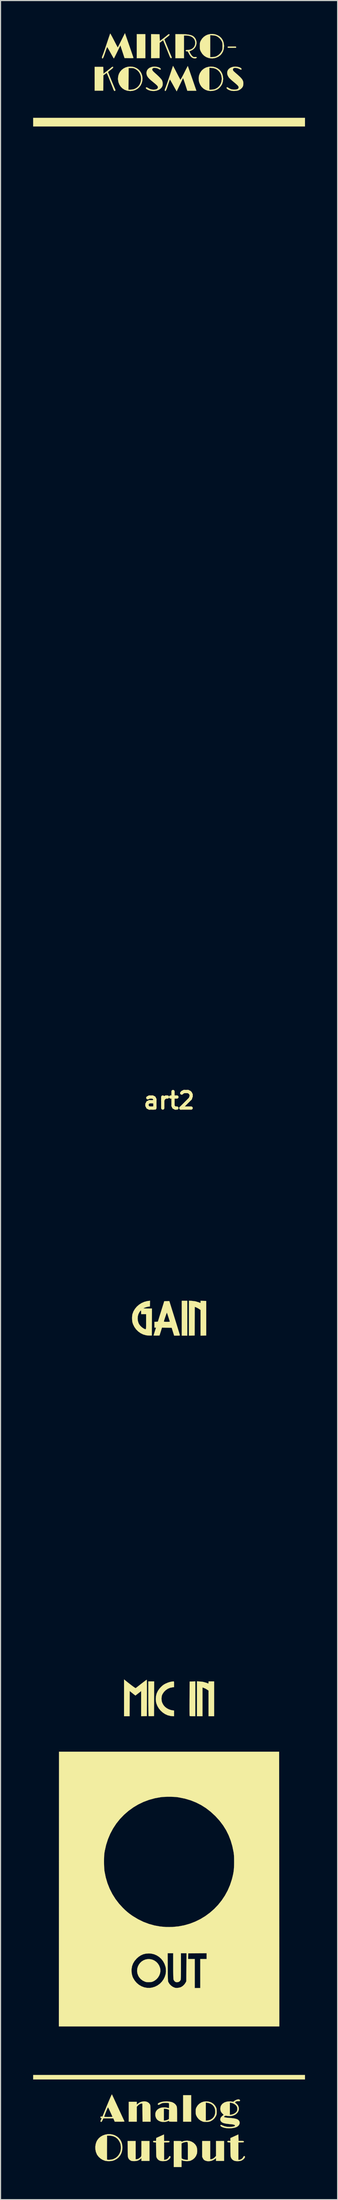
<source format=kicad_pcb>
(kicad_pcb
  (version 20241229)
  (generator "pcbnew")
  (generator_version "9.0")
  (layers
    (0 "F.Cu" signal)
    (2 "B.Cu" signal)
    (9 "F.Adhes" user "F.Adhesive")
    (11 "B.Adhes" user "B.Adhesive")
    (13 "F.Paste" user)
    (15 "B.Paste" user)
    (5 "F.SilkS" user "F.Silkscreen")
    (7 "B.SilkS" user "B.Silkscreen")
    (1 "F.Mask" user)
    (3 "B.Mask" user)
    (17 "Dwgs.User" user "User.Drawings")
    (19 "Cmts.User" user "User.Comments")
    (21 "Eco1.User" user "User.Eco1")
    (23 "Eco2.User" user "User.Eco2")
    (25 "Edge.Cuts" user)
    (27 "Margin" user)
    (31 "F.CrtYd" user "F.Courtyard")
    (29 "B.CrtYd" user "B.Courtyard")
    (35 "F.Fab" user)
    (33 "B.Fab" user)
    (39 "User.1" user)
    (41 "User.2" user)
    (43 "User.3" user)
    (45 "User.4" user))
  (footprint "art2"
    (layer "F.Cu")
    (at 12.514 98.262)
    (property "Reference" "art2" (at 0 0 0) (layer "F.SilkS") (effects (font (size 1.524 1.524) (thickness 0.3))))
    (attr through_hole)
    (fp_poly (pts (xy -2.187 -95.956) (xy -2.975 -95.956) (xy -2.975 -98.168) (xy -2.187 -98.168) (xy -2.187 -95.956)) (stroke (width 0.01) (type solid)) (fill yes) (layer "F.SilkS"))
    (fp_poly (pts (xy 1.678 21.637) (xy 1.17 21.637) (xy 1.17 18.433) (xy 1.678 18.433) (xy 1.678 21.637)) (stroke (width 0.01) (type solid)) (fill yes) (layer "F.SilkS"))
    (fp_poly (pts (xy 2.034 93.998) (xy 1.297 93.998) (xy 1.297 91.557) (xy 2.034 91.557) (xy 2.034 93.998)) (stroke (width 0.01) (type solid)) (fill yes) (layer "F.SilkS"))
    (fp_poly (pts (xy 12.509 -89.675) (xy -12.509 -89.675) (xy -12.509 -90.464) (xy 12.509 -90.464) (xy 12.509 -89.675)) (stroke (width 0.01) (type solid)) (fill yes) (layer "F.SilkS"))
    (fp_poly (pts (xy 12.509 90.108) (xy -12.509 90.108) (xy -12.509 89.701) (xy 12.509 89.701) (xy 12.509 90.108)) (stroke (width 0.01) (type solid)) (fill yes) (layer "F.SilkS"))
    (fp_poly (pts (xy 2.415 56.673) (xy 2.16 56.673) (xy 2.03 56.671) (xy 1.945 56.663) (xy 1.901 56.65) (xy 1.893 56.641) (xy 1.891 56.611) (xy 1.889 56.534) (xy 1.888 56.415) (xy 1.887 56.259) (xy 1.886 56.07) (xy 1.886 55.852) (xy 1.886 55.61) (xy 1.887 55.349) (xy 1.887 55.072) (xy 1.888 55.046) (xy 1.894 53.482) (xy 2.415 53.468) (xy 2.415 56.673)) (stroke (width 0.01) (type solid)) (fill yes) (layer "F.SilkS"))
    (fp_poly (pts (xy -1.379 55.065) (xy -1.386 56.661) (xy -1.628 56.668) (xy -1.735 56.669) (xy -1.822 56.667) (xy -1.877 56.661) (xy -1.889 56.657) (xy -1.892 56.629) (xy -1.895 56.555) (xy -1.898 56.438) (xy -1.9 56.284) (xy -1.903 56.097) (xy -1.904 55.88) (xy -1.906 55.639) (xy -1.907 55.378) (xy -1.907 55.101) (xy -1.907 55.055) (xy -1.907 53.47) (xy -1.373 53.47) (xy -1.379 55.065)) (stroke (width 0.01) (type solid)) (fill yes) (layer "F.SilkS"))
    (fp_poly (pts (xy 2.841 53.477) (xy 3.116 53.51) (xy 3.39 53.583) (xy 3.591 53.66) (xy 3.62 53.665) (xy 3.633 53.641) (xy 3.636 53.577) (xy 3.636 53.574) (xy 3.636 53.47) (xy 4.144 53.47) (xy 4.144 56.673) (xy 3.636 56.673) (xy 3.636 54.317) (xy 3.522 54.236) (xy 3.374 54.145) (xy 3.212 54.07) (xy 3.134 54.043) (xy 3.076 54.026) (xy 3.076 56.673) (xy 2.568 56.673) (xy 2.568 53.462) (xy 2.841 53.477)) (stroke (width 0.01) (type solid)) (fill yes) (layer "F.SilkS"))
    (fp_poly (pts (xy 3.788 97.456) (xy 3.872 97.456) (xy 3.959 97.437) (xy 4.062 97.387) (xy 4.165 97.315) (xy 4.252 97.23) (xy 4.253 97.229) (xy 4.322 97.147) (xy 4.322 95.778) (xy 5.06 95.778) (xy 5.06 97.608) (xy 4.322 97.608) (xy 4.322 97.35) (xy 4.219 97.432) (xy 4.055 97.535) (xy 3.874 97.603) (xy 3.687 97.635) (xy 3.504 97.628) (xy 3.338 97.581) (xy 3.312 97.569) (xy 3.224 97.517) (xy 3.164 97.456) (xy 3.116 97.373) (xy 3.051 97.242) (xy 3.051 95.778) (xy 3.788 95.778) (xy 3.788 97.456)) (stroke (width 0.01) (type solid)) (fill yes) (layer "F.SilkS"))
    (fp_poly (pts (xy 2.104 18.439) (xy 2.415 18.479) (xy 2.722 18.569) (xy 2.854 18.623) (xy 2.882 18.628) (xy 2.895 18.605) (xy 2.898 18.542) (xy 2.898 18.537) (xy 2.898 18.432) (xy 3.159 18.439) (xy 3.42 18.446) (xy 3.42 21.624) (xy 3.159 21.632) (xy 2.898 21.639) (xy 2.898 19.279) (xy 2.816 19.216) (xy 2.733 19.161) (xy 2.628 19.101) (xy 2.52 19.047) (xy 2.431 19.01) (xy 2.422 19.007) (xy 2.365 18.99) (xy 2.358 20.307) (xy 2.352 21.624) (xy 2.091 21.632) (xy 1.831 21.639) (xy 1.831 18.426) (xy 2.104 18.439)) (stroke (width 0.01) (type solid)) (fill yes) (layer "F.SilkS"))
    (fp_poly (pts (xy 5.909 -97.025) (xy 6.017 -97.025) (xy 6.098 -97.025) (xy 6.139 -97.024) (xy 6.14 -97.024) (xy 6.166 -97.005) (xy 6.179 -96.964) (xy 6.173 -96.928) (xy 6.159 -96.919) (xy 6.118 -96.917) (xy 6.041 -96.915) (xy 5.937 -96.914) (xy 5.82 -96.913) (xy 5.699 -96.913) (xy 5.587 -96.913) (xy 5.495 -96.914) (xy 5.434 -96.916) (xy 5.416 -96.917) (xy 5.393 -96.946) (xy 5.394 -96.989) (xy 5.415 -97.021) (xy 5.428 -97.024) (xy 5.467 -97.025) (xy 5.546 -97.025) (xy 5.653 -97.025) (xy 5.777 -97.025) (xy 5.784 -97.025) (xy 5.909 -97.025)) (stroke (width 0.01) (type solid)) (fill yes) (layer "F.SilkS"))
    (fp_poly (pts (xy -2.133 92.141) (xy -1.979 92.196) (xy -1.851 92.287) (xy -1.758 92.409) (xy -1.746 92.437) (xy -1.736 92.477) (xy -1.728 92.534) (xy -1.722 92.613) (xy -1.717 92.722) (xy -1.714 92.864) (xy -1.71 93.047) (xy -1.708 93.241) (xy -1.7 93.998) (xy -2.44 93.998) (xy -2.447 93.165) (xy -2.454 92.332) (xy -2.522 92.325) (xy -2.61 92.336) (xy -2.714 92.383) (xy -2.819 92.46) (xy -2.881 92.521) (xy -2.975 92.625) (xy -2.975 93.998) (xy -3.712 93.998) (xy -3.712 92.167) (xy -2.975 92.167) (xy -2.975 92.426) (xy -2.879 92.352) (xy -2.771 92.273) (xy -2.681 92.219) (xy -2.591 92.182) (xy -2.49 92.152) (xy -2.305 92.126) (xy -2.133 92.141)) (stroke (width 0.01) (type solid)) (fill yes) (layer "F.SilkS"))
    (fp_poly (pts (xy -1.8 79.029) (xy -1.578 79.069) (xy -1.373 79.153) (xy -1.19 79.276) (xy -1.035 79.434) (xy -0.914 79.622) (xy -0.833 79.833) (xy -0.811 79.931) (xy -0.799 80.141) (xy -0.833 80.35) (xy -0.91 80.55) (xy -1.025 80.735) (xy -1.174 80.896) (xy -1.353 81.027) (xy -1.419 81.062) (xy -1.507 81.102) (xy -1.583 81.128) (xy -1.666 81.142) (xy -1.773 81.149) (xy -1.829 81.151) (xy -1.971 81.152) (xy -2.078 81.144) (xy -2.168 81.124) (xy -2.2 81.114) (xy -2.422 81.01) (xy -2.607 80.872) (xy -2.756 80.698) (xy -2.837 80.559) (xy -2.913 80.349) (xy -2.944 80.138) (xy -2.93 79.93) (xy -2.878 79.732) (xy -2.789 79.548) (xy -2.667 79.383) (xy -2.517 79.244) (xy -2.341 79.135) (xy -2.143 79.061) (xy -1.928 79.028) (xy -1.8 79.029)) (stroke (width 0.01) (type solid)) (fill yes) (layer "F.SilkS"))
    (fp_poly (pts (xy -3.076 97.456) (xy -2.979 97.456) (xy -2.883 97.435) (xy -2.775 97.381) (xy -2.668 97.299) (xy -2.601 97.23) (xy -2.584 97.208) (xy -2.571 97.185) (xy -2.561 97.152) (xy -2.554 97.105) (xy -2.549 97.037) (xy -2.546 96.942) (xy -2.545 96.813) (xy -2.544 96.645) (xy -2.543 96.47) (xy -2.543 95.778) (xy -1.805 95.778) (xy -1.805 97.608) (xy -2.543 97.608) (xy -2.543 97.349) (xy -2.637 97.431) (xy -2.765 97.525) (xy -2.904 97.585) (xy -3.069 97.618) (xy -3.178 97.625) (xy -3.288 97.625) (xy -3.388 97.619) (xy -3.459 97.608) (xy -3.471 97.604) (xy -3.608 97.531) (xy -3.707 97.428) (xy -3.747 97.356) (xy -3.763 97.319) (xy -3.775 97.28) (xy -3.785 97.232) (xy -3.792 97.17) (xy -3.798 97.085) (xy -3.802 96.973) (xy -3.805 96.827) (xy -3.808 96.64) (xy -3.809 96.509) (xy -3.817 95.778) (xy -3.076 95.778) (xy -3.076 97.456)) (stroke (width 0.01) (type solid)) (fill yes) (layer "F.SilkS"))
    (fp_poly (pts (xy -4.036 53.373) (xy -3.816 53.55) (xy -3.62 53.705) (xy -3.449 53.835) (xy -3.307 53.941) (xy -3.196 54.019) (xy -3.118 54.068) (xy -3.075 54.087) (xy -3.069 54.086) (xy -3.041 54.064) (xy -2.979 54.015) (xy -2.889 53.945) (xy -2.776 53.857) (xy -2.648 53.756) (xy -2.562 53.689) (xy -2.427 53.585) (xy -2.305 53.492) (xy -2.201 53.414) (xy -2.122 53.357) (xy -2.073 53.323) (xy -2.06 53.317) (xy -2.054 53.34) (xy -2.049 53.41) (xy -2.045 53.526) (xy -2.042 53.69) (xy -2.04 53.903) (xy -2.039 54.164) (xy -2.039 54.475) (xy -2.04 54.836) (xy -2.04 54.989) (xy -2.047 56.661) (xy -2.307 56.668) (xy -2.568 56.675) (xy -2.568 54.355) (xy -2.74 54.489) (xy -2.833 54.562) (xy -2.924 54.633) (xy -2.995 54.69) (xy -3.004 54.697) (xy -3.097 54.771) (xy -3.36 54.563) (xy -3.623 54.355) (xy -3.63 55.514) (xy -3.636 56.673) (xy -4.144 56.673) (xy -4.144 53.286) (xy -4.036 53.373)) (stroke (width 0.01) (type solid)) (fill yes) (layer "F.SilkS"))
    (fp_poly (pts (xy 0.424 53.471) (xy 0.441 53.483) (xy 0.452 53.512) (xy 0.456 53.57) (xy 0.458 53.664) (xy 0.458 53.733) (xy 0.458 53.997) (xy 0.311 54.01) (xy 0.09 54.056) (xy -0.119 54.146) (xy -0.309 54.275) (xy -0.471 54.437) (xy -0.599 54.626) (xy -0.653 54.747) (xy -0.679 54.852) (xy -0.694 54.993) (xy -0.696 55.071) (xy -0.684 55.246) (xy -0.643 55.403) (xy -0.569 55.559) (xy -0.481 55.694) (xy -0.359 55.826) (xy -0.2 55.944) (xy -0.017 56.04) (xy 0.177 56.106) (xy 0.324 56.133) (xy 0.458 56.146) (xy 0.458 56.673) (xy 0.362 56.67) (xy 0.281 56.665) (xy 0.179 56.654) (xy 0.12 56.646) (xy -0.125 56.585) (xy -0.361 56.479) (xy -0.58 56.334) (xy -0.777 56.156) (xy -0.946 55.949) (xy -1.08 55.721) (xy -1.173 55.476) (xy -1.182 55.441) (xy -1.201 55.339) (xy -1.215 55.212) (xy -1.22 55.087) (xy -1.22 55.076) (xy -1.2 54.812) (xy -1.137 54.568) (xy -1.029 54.34) (xy -0.874 54.123) (xy -0.751 53.988) (xy -0.64 53.882) (xy -0.543 53.802) (xy -0.441 53.735) (xy -0.316 53.669) (xy -0.305 53.664) (xy -0.136 53.591) (xy 0.043 53.531) (xy 0.216 53.49) (xy 0.366 53.47) (xy 0.396 53.47) (xy 0.424 53.471)) (stroke (width 0.01) (type solid)) (fill yes) (layer "F.SilkS"))
    (fp_poly (pts (xy 4.067 -95.165) (xy 4.279 -95.11) (xy 4.476 -95.015) (xy 4.649 -94.882) (xy 4.661 -94.87) (xy 4.798 -94.699) (xy 4.897 -94.5) (xy 4.958 -94.283) (xy 4.979 -94.055) (xy 4.958 -93.827) (xy 4.895 -93.606) (xy 4.873 -93.555) (xy 4.792 -93.417) (xy 4.679 -93.279) (xy 4.55 -93.158) (xy 4.428 -93.075) (xy 4.23 -92.993) (xy 4.01 -92.946) (xy 3.784 -92.936) (xy 3.571 -92.965) (xy 3.351 -93.044) (xy 3.339 -93.051) (xy 3.712 -93.051) (xy 3.935 -93.062) (xy 4.069 -93.073) (xy 4.173 -93.093) (xy 4.267 -93.127) (xy 4.303 -93.143) (xy 4.487 -93.258) (xy 4.636 -93.408) (xy 4.749 -93.587) (xy 4.822 -93.791) (xy 4.852 -94.013) (xy 4.85 -94.134) (xy 4.815 -94.352) (xy 4.742 -94.542) (xy 4.627 -94.714) (xy 4.588 -94.758) (xy 4.436 -94.895) (xy 4.27 -94.988) (xy 4.081 -95.043) (xy 3.922 -95.061) (xy 3.712 -95.072) (xy 3.712 -93.051) (xy 3.339 -93.051) (xy 3.158 -93.163) (xy 2.995 -93.319) (xy 2.867 -93.508) (xy 2.778 -93.726) (xy 2.739 -93.898) (xy 2.726 -94.134) (xy 2.761 -94.363) (xy 2.842 -94.577) (xy 2.965 -94.77) (xy 3.043 -94.857) (xy 3.216 -94.997) (xy 3.413 -95.097) (xy 3.625 -95.159) (xy 3.846 -95.181) (xy 4.067 -95.165)) (stroke (width 0.01) (type solid)) (fill yes) (layer "F.SilkS"))
    (fp_poly (pts (xy -5.153 -95.149) (xy -5.15 -95.144) (xy -5.143 -95.113) (xy -5.161 -95.074) (xy -5.208 -95.022) (xy -5.289 -94.952) (xy -5.392 -94.871) (xy -5.483 -94.8) (xy -5.556 -94.741) (xy -5.604 -94.699) (xy -5.619 -94.682) (xy -5.61 -94.655) (xy -5.584 -94.588) (xy -5.543 -94.487) (xy -5.492 -94.359) (xy -5.432 -94.212) (xy -5.366 -94.051) (xy -5.298 -93.884) (xy -5.229 -93.717) (xy -5.162 -93.557) (xy -5.101 -93.41) (xy -5.048 -93.284) (xy -5.006 -93.185) (xy -4.978 -93.12) (xy -4.97 -93.103) (xy -4.943 -93.037) (xy -4.941 -92.995) (xy -4.957 -92.969) (xy -4.997 -92.934) (xy -5.033 -92.943) (xy -5.065 -92.974) (xy -5.104 -93.035) (xy -5.123 -93.082) (xy -5.136 -93.119) (xy -5.166 -93.195) (xy -5.208 -93.303) (xy -5.261 -93.437) (xy -5.322 -93.588) (xy -5.387 -93.751) (xy -5.453 -93.916) (xy -5.518 -94.078) (xy -5.579 -94.229) (xy -5.633 -94.36) (xy -5.677 -94.467) (xy -5.701 -94.525) (xy -5.736 -94.608) (xy -5.893 -94.491) (xy -6.05 -94.375) (xy -6.064 -92.968) (xy -6.852 -92.968) (xy -6.852 -95.155) (xy -6.064 -95.155) (xy -6.039 -94.528) (xy -5.733 -94.761) (xy -5.618 -94.85) (xy -5.509 -94.936) (xy -5.417 -95.011) (xy -5.353 -95.067) (xy -5.338 -95.08) (xy -5.259 -95.143) (xy -5.196 -95.167) (xy -5.153 -95.149)) (stroke (width 0.01) (type solid)) (fill yes) (layer "F.SilkS"))
    (fp_poly (pts (xy -3.348 -95.163) (xy -3.191 -95.124) (xy -2.985 -95.034) (xy -2.808 -94.906) (xy -2.662 -94.744) (xy -2.551 -94.556) (xy -2.478 -94.347) (xy -2.446 -94.122) (xy -2.46 -93.888) (xy -2.461 -93.88) (xy -2.524 -93.647) (xy -2.625 -93.441) (xy -2.762 -93.266) (xy -2.93 -93.125) (xy -3.122 -93.021) (xy -3.336 -92.956) (xy -3.565 -92.933) (xy -3.805 -92.957) (xy -3.891 -92.976) (xy -4.091 -93.052) (xy -3.738 -93.052) (xy -3.515 -93.061) (xy -3.383 -93.071) (xy -3.279 -93.09) (xy -3.182 -93.123) (xy -3.133 -93.144) (xy -2.953 -93.252) (xy -2.808 -93.39) (xy -2.697 -93.553) (xy -2.622 -93.732) (xy -2.582 -93.923) (xy -2.576 -94.119) (xy -2.605 -94.313) (xy -2.669 -94.499) (xy -2.767 -94.67) (xy -2.9 -94.82) (xy -3.067 -94.942) (xy -3.147 -94.984) (xy -3.235 -95.02) (xy -3.319 -95.041) (xy -3.418 -95.05) (xy -3.509 -95.052) (xy -3.725 -95.053) (xy -3.731 -94.052) (xy -3.738 -93.052) (xy -4.091 -93.052) (xy -4.105 -93.057) (xy -4.292 -93.178) (xy -4.448 -93.335) (xy -4.571 -93.522) (xy -4.655 -93.734) (xy -4.698 -93.966) (xy -4.703 -94.075) (xy -4.681 -94.306) (xy -4.615 -94.517) (xy -4.51 -94.705) (xy -4.372 -94.867) (xy -4.205 -94.999) (xy -4.015 -95.098) (xy -3.805 -95.161) (xy -3.581 -95.183) (xy -3.348 -95.163)) (stroke (width 0.01) (type solid)) (fill yes) (layer "F.SilkS"))
    (fp_poly (pts (xy -0.463 95.48) (xy -0.456 95.785) (xy -0.242 95.771) (xy -0.099 95.768) (xy -0.005 95.78) (xy 0.042 95.806) (xy 0.04 95.846) (xy 0.028 95.864) (xy -0.002 95.885) (xy -0.054 95.897) (xy -0.139 95.903) (xy -0.232 95.905) (xy -0.458 95.905) (xy -0.458 97.513) (xy -0.357 97.5) (xy -0.223 97.461) (xy -0.113 97.387) (xy -0.039 97.286) (xy -0.035 97.277) (xy 0.012 97.197) (xy 0.059 97.162) (xy 0.104 97.174) (xy 0.118 97.19) (xy 0.134 97.251) (xy 0.11 97.327) (xy 0.049 97.408) (xy -0.041 97.487) (xy -0.13 97.544) (xy -0.207 97.582) (xy -0.278 97.606) (xy -0.362 97.619) (xy -0.477 97.626) (xy -0.496 97.627) (xy -0.661 97.626) (xy -0.782 97.61) (xy -0.825 97.597) (xy -0.955 97.534) (xy -1.052 97.449) (xy -1.119 97.352) (xy -1.138 97.317) (xy -1.153 97.282) (xy -1.164 97.243) (xy -1.173 97.191) (xy -1.179 97.12) (xy -1.183 97.023) (xy -1.186 96.893) (xy -1.188 96.725) (xy -1.19 96.573) (xy -1.198 95.907) (xy -1.33 95.9) (xy -1.411 95.891) (xy -1.454 95.874) (xy -1.47 95.845) (xy -1.471 95.844) (xy -1.462 95.791) (xy -1.41 95.764) (xy -1.316 95.764) (xy -1.304 95.766) (xy -1.198 95.78) (xy -1.19 95.638) (xy -1.182 95.496) (xy -0.47 95.175) (xy -0.463 95.48)) (stroke (width 0.01) (type solid)) (fill yes) (layer "F.SilkS"))
    (fp_poly (pts (xy 6.394 95.765) (xy 6.611 95.765) (xy 6.737 95.768) (xy 6.821 95.778) (xy 6.869 95.796) (xy 6.889 95.825) (xy 6.89 95.84) (xy 6.88 95.869) (xy 6.845 95.888) (xy 6.778 95.899) (xy 6.672 95.904) (xy 6.596 95.905) (xy 6.382 95.905) (xy 6.382 97.507) (xy 6.452 97.506) (xy 6.552 97.488) (xy 6.654 97.442) (xy 6.74 97.38) (xy 6.783 97.327) (xy 6.826 97.255) (xy 6.869 97.193) (xy 6.87 97.192) (xy 6.904 97.156) (xy 6.93 97.158) (xy 6.956 97.181) (xy 6.984 97.217) (xy 6.983 97.26) (xy 6.967 97.302) (xy 6.91 97.39) (xy 6.82 97.477) (xy 6.711 97.551) (xy 6.616 97.594) (xy 6.51 97.618) (xy 6.377 97.63) (xy 6.237 97.63) (xy 6.11 97.619) (xy 6.023 97.599) (xy 5.878 97.526) (xy 5.77 97.422) (xy 5.717 97.335) (xy 5.698 97.296) (xy 5.684 97.257) (xy 5.673 97.211) (xy 5.666 97.151) (xy 5.66 97.071) (xy 5.656 96.962) (xy 5.652 96.82) (xy 5.65 96.636) (xy 5.649 96.559) (xy 5.64 95.905) (xy 5.543 95.905) (xy 5.443 95.898) (xy 5.385 95.875) (xy 5.365 95.835) (xy 5.365 95.827) (xy 5.387 95.782) (xy 5.448 95.76) (xy 5.542 95.764) (xy 5.554 95.766) (xy 5.644 95.783) (xy 5.644 95.506) (xy 6.38 95.173) (xy 6.394 95.765)) (stroke (width 0.01) (type solid)) (fill yes) (layer "F.SilkS"))
    (fp_poly (pts (xy -1.265 -98.162) (xy -0.877 -98.155) (xy -0.864 -97.844) (xy -0.852 -97.533) (xy -0.547 -97.764) (xy -0.431 -97.853) (xy -0.322 -97.938) (xy -0.23 -98.013) (xy -0.165 -98.068) (xy -0.151 -98.081) (xy -0.072 -98.144) (xy -0.009 -98.167) (xy 0.033 -98.149) (xy 0.037 -98.144) (xy 0.044 -98.114) (xy 0.028 -98.077) (xy -0.017 -98.028) (xy -0.094 -97.962) (xy -0.205 -97.876) (xy -0.296 -97.806) (xy -0.369 -97.746) (xy -0.417 -97.705) (xy -0.432 -97.688) (xy -0.423 -97.66) (xy -0.397 -97.592) (xy -0.357 -97.491) (xy -0.305 -97.363) (xy -0.246 -97.215) (xy -0.18 -97.055) (xy -0.112 -96.888) (xy -0.044 -96.722) (xy 0.022 -96.563) (xy 0.082 -96.418) (xy 0.134 -96.295) (xy 0.175 -96.199) (xy 0.202 -96.138) (xy 0.208 -96.125) (xy 0.241 -96.039) (xy 0.238 -95.982) (xy 0.2 -95.959) (xy 0.173 -95.96) (xy 0.126 -95.987) (xy 0.084 -96.056) (xy 0.073 -96.083) (xy 0.043 -96.157) (xy 0.000328 -96.263) (xy -0.053 -96.394) (xy -0.113 -96.544) (xy -0.178 -96.705) (xy -0.246 -96.871) (xy -0.312 -97.034) (xy -0.376 -97.19) (xy -0.433 -97.329) (xy -0.481 -97.447) (xy -0.518 -97.536) (xy -0.54 -97.589) (xy -0.545 -97.602) (xy -0.566 -97.591) (xy -0.618 -97.556) (xy -0.69 -97.504) (xy -0.707 -97.491) (xy -0.864 -97.375) (xy -0.87 -96.672) (xy -0.877 -95.968) (xy -1.265 -95.961) (xy -1.653 -95.954) (xy -1.653 -98.169) (xy -1.265 -98.162)) (stroke (width 0.01) (type solid)) (fill yes) (layer "F.SilkS"))
    (fp_poly (pts (xy 3.572 92.136) (xy 3.781 92.187) (xy 3.922 92.249) (xy 4.095 92.368) (xy 4.233 92.523) (xy 4.319 92.673) (xy 4.351 92.748) (xy 4.371 92.817) (xy 4.381 92.897) (xy 4.385 93.004) (xy 4.386 93.07) (xy 4.385 93.192) (xy 4.379 93.279) (xy 4.365 93.348) (xy 4.339 93.416) (xy 4.303 93.493) (xy 4.185 93.678) (xy 4.029 93.83) (xy 3.844 93.942) (xy 3.759 93.976) (xy 3.674 93.998) (xy 3.573 94.01) (xy 3.458 94.016) (xy 3.296 94.015) (xy 3.168 94.002) (xy 3.109 93.988) (xy 2.922 93.903) (xy 3.382 93.903) (xy 3.53 93.89) (xy 3.642 93.87) (xy 3.762 93.833) (xy 3.82 93.809) (xy 3.981 93.706) (xy 4.108 93.568) (xy 4.197 93.402) (xy 4.245 93.212) (xy 4.252 93.099) (xy 4.243 92.925) (xy 4.212 92.782) (xy 4.155 92.653) (xy 4.119 92.595) (xy 3.997 92.454) (xy 3.84 92.349) (xy 3.647 92.279) (xy 3.512 92.254) (xy 3.382 92.237) (xy 3.382 93.903) (xy 2.922 93.903) (xy 2.906 93.896) (xy 2.732 93.763) (xy 2.592 93.594) (xy 2.521 93.467) (xy 2.489 93.392) (xy 2.469 93.322) (xy 2.458 93.241) (xy 2.454 93.133) (xy 2.454 93.07) (xy 2.455 92.947) (xy 2.461 92.859) (xy 2.475 92.79) (xy 2.5 92.723) (xy 2.528 92.664) (xy 2.642 92.487) (xy 2.789 92.343) (xy 2.963 92.233) (xy 3.156 92.161) (xy 3.361 92.128) (xy 3.572 92.136)) (stroke (width 0.01) (type solid)) (fill yes) (layer "F.SilkS"))
    (fp_poly (pts (xy 1.023 -98.167) (xy 1.322 -98.163) (xy 1.574 -98.15) (xy 1.786 -98.126) (xy 1.962 -98.09) (xy 2.107 -98.041) (xy 2.224 -97.977) (xy 2.32 -97.895) (xy 2.399 -97.796) (xy 2.458 -97.691) (xy 2.516 -97.517) (xy 2.529 -97.339) (xy 2.498 -97.164) (xy 2.428 -97.001) (xy 2.321 -96.856) (xy 2.18 -96.736) (xy 2.01 -96.65) (xy 2.004 -96.648) (xy 1.935 -96.619) (xy 1.89 -96.59) (xy 1.881 -96.577) (xy 1.896 -96.521) (xy 1.934 -96.439) (xy 1.988 -96.345) (xy 2.05 -96.253) (xy 2.11 -96.176) (xy 2.14 -96.145) (xy 2.204 -96.091) (xy 2.255 -96.065) (xy 2.316 -96.059) (xy 2.381 -96.063) (xy 2.479 -96.064) (xy 2.538 -96.049) (xy 2.555 -96.02) (xy 2.527 -95.982) (xy 2.513 -95.971) (xy 2.42 -95.936) (xy 2.299 -95.941) (xy 2.202 -95.967) (xy 2.086 -96.03) (xy 1.98 -96.131) (xy 1.881 -96.277) (xy 1.826 -96.383) (xy 1.766 -96.497) (xy 1.72 -96.565) (xy 1.686 -96.589) (xy 1.682 -96.589) (xy 1.594 -96.589) (xy 1.546 -96.612) (xy 1.534 -96.632) (xy 1.533 -96.673) (xy 1.572 -96.7) (xy 1.653 -96.714) (xy 1.756 -96.718) (xy 1.939 -96.741) (xy 2.099 -96.807) (xy 2.231 -96.909) (xy 2.33 -97.042) (xy 2.392 -97.202) (xy 2.411 -97.381) (xy 2.408 -97.434) (xy 2.37 -97.605) (xy 2.288 -97.751) (xy 2.168 -97.87) (xy 2.012 -97.96) (xy 1.823 -98.017) (xy 1.605 -98.04) (xy 1.572 -98.04) (xy 1.373 -98.04) (xy 1.373 -95.956) (xy 0.585 -95.956) (xy 0.585 -98.168) (xy 1.023 -98.167)) (stroke (width 0.01) (type solid)) (fill yes) (layer "F.SilkS"))
    (fp_poly (pts (xy -5.193 95.183) (xy -4.977 95.258) (xy -4.78 95.372) (xy -4.643 95.488) (xy -4.495 95.665) (xy -4.389 95.86) (xy -4.324 96.079) (xy -4.298 96.327) (xy -4.297 96.389) (xy -4.32 96.646) (xy -4.386 96.882) (xy -4.493 97.093) (xy -4.639 97.275) (xy -4.819 97.425) (xy -5.032 97.538) (xy -5.201 97.595) (xy -5.348 97.62) (xy -5.52 97.63) (xy -5.694 97.625) (xy -5.849 97.604) (xy -5.892 97.594) (xy -6.106 97.513) (xy -6.304 97.391) (xy -6.477 97.237) (xy -6.613 97.059) (xy -6.642 97.009) (xy -6.724 96.808) (xy -5.716 96.808) (xy -5.716 97.003) (xy -5.715 97.171) (xy -5.714 97.308) (xy -5.712 97.408) (xy -5.709 97.466) (xy -5.708 97.478) (xy -5.676 97.496) (xy -5.606 97.505) (xy -5.509 97.504) (xy -5.398 97.495) (xy -5.284 97.479) (xy -5.179 97.456) (xy -5.111 97.434) (xy -4.908 97.329) (xy -4.736 97.184) (xy -4.596 97) (xy -4.498 96.801) (xy -4.458 96.655) (xy -4.438 96.482) (xy -4.438 96.3) (xy -4.456 96.127) (xy -4.494 95.982) (xy -4.497 95.975) (xy -4.607 95.755) (xy -4.747 95.576) (xy -4.915 95.439) (xy -5.111 95.345) (xy -5.332 95.293) (xy -5.479 95.284) (xy -5.708 95.282) (xy -5.715 96.362) (xy -5.716 96.593) (xy -5.716 96.808) (xy -6.724 96.808) (xy -6.731 96.792) (xy -6.78 96.559) (xy -6.79 96.318) (xy -6.76 96.082) (xy -6.691 95.859) (xy -6.606 95.695) (xy -6.463 95.516) (xy -6.289 95.371) (xy -6.09 95.261) (xy -5.874 95.186) (xy -5.648 95.148) (xy -5.419 95.147) (xy -5.193 95.183)) (stroke (width 0.01) (type solid)) (fill yes) (layer "F.SilkS"))
    (fp_poly (pts (xy 0.124 18.782) (xy 0.268 19.243) (xy 0.398 19.657) (xy 0.513 20.026) (xy 0.614 20.351) (xy 0.702 20.635) (xy 0.777 20.879) (xy 0.84 21.084) (xy 0.892 21.252) (xy 0.932 21.385) (xy 0.961 21.484) (xy 0.981 21.552) (xy 0.99 21.59) (xy 0.992 21.598) (xy 0.984 21.616) (xy 0.954 21.628) (xy 0.895 21.634) (xy 0.797 21.637) (xy 0.73 21.637) (xy 0.468 21.637) (xy 0.241 20.912) (xy -0.206 20.905) (xy -0.652 20.899) (xy -0.881 21.624) (xy -1.153 21.632) (xy -1.263 21.633) (xy -1.352 21.63) (xy -1.408 21.625) (xy -1.423 21.619) (xy -1.416 21.589) (xy -1.396 21.519) (xy -1.365 21.42) (xy -1.327 21.3) (xy -1.311 21.249) (xy -1.2 20.9) (xy -1.348 20.9) (xy -1.348 20.368) (xy -1.03 20.353) (xy -1.029 20.35) (xy -0.483 20.35) (xy -0.459 20.356) (xy -0.395 20.361) (xy -0.3 20.365) (xy -0.201 20.366) (xy -0.076 20.365) (xy 0.005 20.361) (xy 0.051 20.354) (xy 0.069 20.342) (xy 0.068 20.329) (xy 0.056 20.293) (xy 0.031 20.218) (xy -0.002 20.113) (xy -0.042 19.988) (xy -0.065 19.916) (xy -0.107 19.785) (xy -0.144 19.671) (xy -0.175 19.584) (xy -0.195 19.531) (xy -0.201 19.52) (xy -0.213 19.538) (xy -0.236 19.595) (xy -0.269 19.683) (xy -0.307 19.79) (xy -0.348 19.91) (xy -0.389 20.031) (xy -0.426 20.145) (xy -0.456 20.242) (xy -0.476 20.314) (xy -0.483 20.35) (xy -1.029 20.35) (xy -0.737 19.412) (xy -0.444 18.472) (xy -0.21 18.464) (xy 0.023 18.457) (xy 0.124 18.782)) (stroke (width 0.01) (type solid)) (fill yes) (layer "F.SilkS"))
    (fp_poly (pts (xy -1.76 18.691) (xy -1.767 18.955) (xy -1.908 18.972) (xy -2.001 18.989) (xy -2.104 19.016) (xy -2.204 19.048) (xy -2.288 19.081) (xy -2.342 19.111) (xy -2.353 19.122) (xy -2.334 19.131) (xy -2.27 19.138) (xy -2.166 19.143) (xy -2.027 19.145) (xy -1.972 19.145) (xy -1.576 19.145) (xy -1.582 20.385) (xy -1.589 21.624) (xy -1.767 21.629) (xy -1.891 21.626) (xy -2.03 21.614) (xy -2.127 21.6) (xy -2.381 21.528) (xy -2.62 21.411) (xy -2.838 21.256) (xy -3.029 21.066) (xy -3.188 20.847) (xy -3.309 20.606) (xy -3.369 20.424) (xy -3.392 20.296) (xy -3.403 20.139) (xy -3.404 20.069) (xy -2.894 20.069) (xy -2.872 20.282) (xy -2.809 20.484) (xy -2.758 20.585) (xy -2.667 20.711) (xy -2.547 20.833) (xy -2.417 20.936) (xy -2.329 20.988) (xy -2.265 21.019) (xy -2.216 21.042) (xy -2.178 21.051) (xy -2.15 21.042) (xy -2.131 21.01) (xy -2.119 20.951) (xy -2.113 20.859) (xy -2.11 20.731) (xy -2.11 20.561) (xy -2.11 20.353) (xy -2.11 19.654) (xy -2.568 19.654) (xy -2.568 19.473) (xy -2.57 19.378) (xy -2.581 19.327) (xy -2.603 19.32) (xy -2.642 19.356) (xy -2.701 19.435) (xy -2.727 19.472) (xy -2.821 19.653) (xy -2.878 19.855) (xy -2.894 20.069) (xy -3.404 20.069) (xy -3.405 19.97) (xy -3.395 19.81) (xy -3.375 19.677) (xy -3.369 19.655) (xy -3.278 19.407) (xy -3.143 19.178) (xy -2.97 18.97) (xy -2.765 18.79) (xy -2.534 18.642) (xy -2.282 18.53) (xy -2.015 18.459) (xy -1.912 18.445) (xy -1.752 18.427) (xy -1.76 18.691)) (stroke (width 0.01) (type solid)) (fill yes) (layer "F.SilkS"))
    (fp_poly (pts (xy 4.259 -98.144) (xy 4.459 -98.071) (xy 4.658 -97.953) (xy 4.817 -97.802) (xy 4.938 -97.619) (xy 5.017 -97.408) (xy 5.056 -97.167) (xy 5.06 -97.058) (xy 5.037 -96.813) (xy 4.971 -96.591) (xy 4.864 -96.395) (xy 4.72 -96.229) (xy 4.54 -96.096) (xy 4.327 -96) (xy 4.218 -95.969) (xy 4.007 -95.936) (xy 3.804 -95.943) (xy 3.636 -95.976) (xy 3.437 -96.051) (xy 3.788 -96.051) (xy 4.013 -96.062) (xy 4.142 -96.071) (xy 4.24 -96.089) (xy 4.328 -96.119) (xy 4.388 -96.146) (xy 4.566 -96.26) (xy 4.72 -96.412) (xy 4.838 -96.59) (xy 4.845 -96.604) (xy 4.877 -96.673) (xy 4.898 -96.732) (xy 4.911 -96.796) (xy 4.918 -96.877) (xy 4.92 -96.989) (xy 4.92 -97.062) (xy 4.919 -97.196) (xy 4.915 -97.292) (xy 4.905 -97.365) (xy 4.888 -97.427) (xy 4.862 -97.491) (xy 4.851 -97.513) (xy 4.757 -97.666) (xy 4.629 -97.808) (xy 4.481 -97.926) (xy 4.379 -97.983) (xy 4.277 -98.023) (xy 4.17 -98.047) (xy 4.036 -98.06) (xy 4.011 -98.061) (xy 3.788 -98.072) (xy 3.788 -96.051) (xy 3.437 -96.051) (xy 3.417 -96.059) (xy 3.225 -96.184) (xy 3.063 -96.349) (xy 2.933 -96.551) (xy 2.916 -96.586) (xy 2.882 -96.66) (xy 2.859 -96.721) (xy 2.845 -96.784) (xy 2.838 -96.86) (xy 2.835 -96.964) (xy 2.835 -97.075) (xy 2.836 -97.209) (xy 2.839 -97.305) (xy 2.847 -97.376) (xy 2.862 -97.436) (xy 2.887 -97.497) (xy 2.92 -97.565) (xy 3.042 -97.759) (xy 3.198 -97.919) (xy 3.381 -98.044) (xy 3.585 -98.131) (xy 3.803 -98.178) (xy 4.03 -98.183) (xy 4.259 -98.144)) (stroke (width 0.01) (type solid)) (fill yes) (layer "F.SilkS"))
    (fp_poly (pts (xy 1.898 95.774) (xy 2.091 95.846) (xy 2.264 95.954) (xy 2.407 96.094) (xy 2.515 96.262) (xy 2.523 96.281) (xy 2.565 96.416) (xy 2.587 96.579) (xy 2.589 96.75) (xy 2.569 96.911) (xy 2.557 96.962) (xy 2.475 97.159) (xy 2.353 97.331) (xy 2.194 97.47) (xy 2.006 97.572) (xy 1.937 97.597) (xy 1.825 97.62) (xy 1.684 97.629) (xy 1.533 97.626) (xy 1.39 97.611) (xy 1.272 97.584) (xy 1.239 97.572) (xy 1.144 97.531) (xy 1.144 98.168) (xy 0.432 98.168) (xy 0.432 96.006) (xy 1.144 96.006) (xy 1.144 96.692) (xy 1.144 96.896) (xy 1.145 97.055) (xy 1.146 97.176) (xy 1.149 97.263) (xy 1.154 97.323) (xy 1.161 97.361) (xy 1.171 97.385) (xy 1.185 97.398) (xy 1.201 97.408) (xy 1.35 97.467) (xy 1.519 97.5) (xy 1.595 97.505) (xy 1.729 97.507) (xy 1.729 96.695) (xy 1.729 96.47) (xy 1.728 96.291) (xy 1.727 96.153) (xy 1.725 96.049) (xy 1.721 95.975) (xy 1.716 95.926) (xy 1.708 95.895) (xy 1.698 95.878) (xy 1.686 95.869) (xy 1.676 95.866) (xy 1.612 95.861) (xy 1.518 95.87) (xy 1.411 95.891) (xy 1.31 95.92) (xy 1.232 95.953) (xy 1.223 95.958) (xy 1.144 96.006) (xy 0.432 96.006) (xy 0.432 95.778) (xy 0.788 95.778) (xy 0.932 95.778) (xy 1.032 95.781) (xy 1.096 95.787) (xy 1.13 95.796) (xy 1.143 95.81) (xy 1.144 95.816) (xy 1.149 95.846) (xy 1.171 95.85) (xy 1.222 95.828) (xy 1.244 95.817) (xy 1.308 95.793) (xy 1.399 95.769) (xy 1.477 95.754) (xy 1.69 95.742) (xy 1.898 95.774)) (stroke (width 0.01) (type solid)) (fill yes) (layer "F.SilkS"))
    (fp_poly (pts (xy -1.224 -95.173) (xy -1.088 -95.15) (xy -0.965 -95.115) (xy -0.863 -95.07) (xy -0.794 -95.018) (xy -0.767 -94.968) (xy -0.775 -94.916) (xy -0.813 -94.9) (xy -0.879 -94.92) (xy -0.928 -94.949) (xy -1.07 -95.023) (xy -1.23 -95.06) (xy -1.339 -95.066) (xy -1.424 -95.061) (xy -1.477 -95.044) (xy -1.517 -95.007) (xy -1.522 -95.001) (xy -1.553 -94.94) (xy -1.55 -94.876) (xy -1.511 -94.801) (xy -1.431 -94.711) (xy -1.339 -94.626) (xy -1.132 -94.441) (xy -0.958 -94.276) (xy -0.819 -94.133) (xy -0.716 -94.014) (xy -0.654 -93.922) (xy -0.648 -93.912) (xy -0.604 -93.781) (xy -0.584 -93.633) (xy -0.591 -93.487) (xy -0.62 -93.377) (xy -0.706 -93.235) (xy -0.83 -93.118) (xy -0.986 -93.027) (xy -1.167 -92.966) (xy -1.364 -92.936) (xy -1.571 -92.94) (xy -1.758 -92.975) (xy -1.886 -93.018) (xy -1.996 -93.071) (xy -2.08 -93.127) (xy -2.128 -93.182) (xy -2.136 -93.211) (xy -2.12 -93.262) (xy -2.074 -93.275) (xy -2.003 -93.25) (xy -1.95 -93.216) (xy -1.777 -93.12) (xy -1.582 -93.068) (xy -1.42 -93.057) (xy -1.26 -93.069) (xy -1.142 -93.106) (xy -1.066 -93.169) (xy -1.042 -93.21) (xy -1.027 -93.259) (xy -1.025 -93.305) (xy -1.042 -93.355) (xy -1.08 -93.412) (xy -1.145 -93.481) (xy -1.238 -93.566) (xy -1.365 -93.673) (xy -1.515 -93.796) (xy -1.689 -93.941) (xy -1.824 -94.065) (xy -1.924 -94.176) (xy -1.996 -94.279) (xy -2.043 -94.38) (xy -2.07 -94.486) (xy -2.077 -94.53) (xy -2.073 -94.693) (xy -2.024 -94.839) (xy -1.932 -94.965) (xy -1.801 -95.065) (xy -1.634 -95.138) (xy -1.492 -95.171) (xy -1.362 -95.181) (xy -1.224 -95.173)) (stroke (width 0.01) (type solid)) (fill yes) (layer "F.SilkS"))
    (fp_poly (pts (xy 6.2 -95.176) (xy 6.332 -95.156) (xy 6.452 -95.123) (xy 6.554 -95.081) (xy 6.628 -95.031) (xy 6.668 -94.977) (xy 6.666 -94.922) (xy 6.661 -94.912) (xy 6.641 -94.896) (xy 6.607 -94.9) (xy 6.547 -94.926) (xy 6.481 -94.961) (xy 6.358 -95.016) (xy 6.229 -95.052) (xy 6.106 -95.067) (xy 6.002 -95.061) (xy 5.929 -95.032) (xy 5.924 -95.027) (xy 5.882 -94.958) (xy 5.878 -94.873) (xy 5.909 -94.797) (xy 5.94 -94.763) (xy 6.003 -94.704) (xy 6.089 -94.625) (xy 6.19 -94.536) (xy 6.246 -94.487) (xy 6.424 -94.33) (xy 6.564 -94.197) (xy 6.67 -94.08) (xy 6.747 -93.974) (xy 6.797 -93.874) (xy 6.827 -93.773) (xy 6.838 -93.666) (xy 6.839 -93.624) (xy 6.826 -93.467) (xy 6.792 -93.348) (xy 6.723 -93.242) (xy 6.62 -93.138) (xy 6.498 -93.05) (xy 6.392 -92.997) (xy 6.273 -92.966) (xy 6.124 -92.947) (xy 5.965 -92.939) (xy 5.816 -92.946) (xy 5.708 -92.964) (xy 5.571 -93.007) (xy 5.455 -93.06) (xy 5.366 -93.118) (xy 5.309 -93.176) (xy 5.292 -93.23) (xy 5.31 -93.267) (xy 5.343 -93.283) (xy 5.391 -93.266) (xy 5.41 -93.255) (xy 5.537 -93.178) (xy 5.638 -93.126) (xy 5.726 -93.093) (xy 5.817 -93.075) (xy 5.925 -93.065) (xy 5.962 -93.064) (xy 6.129 -93.066) (xy 6.252 -93.088) (xy 6.337 -93.133) (xy 6.387 -93.201) (xy 6.392 -93.214) (xy 6.404 -93.266) (xy 6.398 -93.318) (xy 6.372 -93.374) (xy 6.32 -93.441) (xy 6.24 -93.521) (xy 6.127 -93.621) (xy 5.977 -93.746) (xy 5.961 -93.76) (xy 5.784 -93.907) (xy 5.644 -94.034) (xy 5.541 -94.137) (xy 5.483 -94.208) (xy 5.392 -94.378) (xy 5.35 -94.543) (xy 5.355 -94.699) (xy 5.404 -94.84) (xy 5.496 -94.963) (xy 5.629 -95.064) (xy 5.8 -95.137) (xy 5.931 -95.168) (xy 6.064 -95.181) (xy 6.2 -95.176)) (stroke (width 0.01) (type solid)) (fill yes) (layer "F.SilkS"))
    (fp_poly (pts (xy -4.017 -98.129) (xy -3.88 -97.736) (xy -3.76 -97.389) (xy -3.655 -97.086) (xy -3.565 -96.824) (xy -3.488 -96.602) (xy -3.425 -96.418) (xy -3.374 -96.268) (xy -3.335 -96.153) (xy -3.307 -96.068) (xy -3.289 -96.012) (xy -3.281 -95.984) (xy -3.28 -95.979) (xy -3.305 -95.97) (xy -3.376 -95.963) (xy -3.491 -95.96) (xy -3.645 -95.961) (xy -3.689 -95.961) (xy -4.099 -95.968) (xy -4.291 -96.553) (xy -4.483 -97.138) (xy -4.776 -96.534) (xy -4.855 -96.373) (xy -4.927 -96.228) (xy -4.988 -96.106) (xy -5.037 -96.011) (xy -5.07 -95.951) (xy -5.084 -95.931) (xy -5.099 -95.952) (xy -5.136 -96.012) (xy -5.19 -96.104) (xy -5.257 -96.222) (xy -5.335 -96.36) (xy -5.386 -96.452) (xy -5.468 -96.6) (xy -5.543 -96.732) (xy -5.607 -96.843) (xy -5.656 -96.926) (xy -5.686 -96.974) (xy -5.694 -96.984) (xy -5.707 -96.965) (xy -5.733 -96.904) (xy -5.77 -96.809) (xy -5.813 -96.687) (xy -5.862 -96.545) (xy -5.871 -96.517) (xy -5.937 -96.322) (xy -5.99 -96.171) (xy -6.034 -96.061) (xy -6.069 -95.987) (xy -6.1 -95.945) (xy -6.126 -95.93) (xy -6.152 -95.938) (xy -6.161 -95.947) (xy -6.178 -95.997) (xy -6.167 -96.078) (xy -6.131 -96.179) (xy -6.118 -96.204) (xy -6.097 -96.255) (xy -6.062 -96.348) (xy -6.015 -96.477) (xy -5.959 -96.637) (xy -5.896 -96.82) (xy -5.828 -97.021) (xy -5.757 -97.233) (xy -5.747 -97.265) (xy -5.677 -97.474) (xy -5.612 -97.667) (xy -5.554 -97.84) (xy -5.504 -97.987) (xy -5.463 -98.104) (xy -5.435 -98.183) (xy -5.42 -98.221) (xy -5.419 -98.223) (xy -5.403 -98.207) (xy -5.368 -98.151) (xy -5.317 -98.061) (xy -5.253 -97.943) (xy -5.179 -97.803) (xy -5.113 -97.677) (xy -5.031 -97.516) (xy -4.953 -97.366) (xy -4.884 -97.235) (xy -4.828 -97.128) (xy -4.788 -97.054) (xy -4.772 -97.026) (xy -4.72 -96.94) (xy -4.391 -97.598) (xy -4.061 -98.257) (xy -4.017 -98.129)) (stroke (width 0.01) (type solid)) (fill yes) (layer "F.SilkS"))
    (fp_poly (pts (xy 0.405 -95.176) (xy 0.428 -95.134) (xy 0.471 -95.053) (xy 0.53 -94.942) (xy 0.6 -94.807) (xy 0.678 -94.655) (xy 0.735 -94.544) (xy 0.815 -94.389) (xy 0.888 -94.249) (xy 0.951 -94.13) (xy 1 -94.038) (xy 1.032 -93.981) (xy 1.042 -93.964) (xy 1.058 -93.98) (xy 1.094 -94.036) (xy 1.146 -94.127) (xy 1.211 -94.248) (xy 1.287 -94.392) (xy 1.37 -94.554) (xy 1.389 -94.591) (xy 1.473 -94.757) (xy 1.549 -94.907) (xy 1.615 -95.035) (xy 1.668 -95.136) (xy 1.704 -95.204) (xy 1.721 -95.233) (xy 1.722 -95.233) (xy 1.726 -95.226) (xy 1.734 -95.206) (xy 1.747 -95.169) (xy 1.767 -95.113) (xy 1.795 -95.035) (xy 1.831 -94.93) (xy 1.877 -94.797) (xy 1.935 -94.632) (xy 2.004 -94.432) (xy 2.087 -94.194) (xy 2.184 -93.914) (xy 2.296 -93.59) (xy 2.315 -93.534) (xy 2.515 -92.955) (xy 1.682 -92.955) (xy 1.5 -93.521) (xy 1.447 -93.682) (xy 1.399 -93.827) (xy 1.358 -93.949) (xy 1.325 -94.041) (xy 1.304 -94.095) (xy 1.298 -94.107) (xy 1.278 -94.098) (xy 1.248 -94.052) (xy 1.226 -94.006) (xy 1.199 -93.946) (xy 1.154 -93.849) (xy 1.095 -93.725) (xy 1.027 -93.581) (xy 0.953 -93.429) (xy 0.936 -93.393) (xy 0.699 -92.903) (xy 0.394 -93.451) (xy 0.31 -93.601) (xy 0.233 -93.736) (xy 0.168 -93.849) (xy 0.118 -93.934) (xy 0.086 -93.985) (xy 0.076 -93.997) (xy 0.065 -93.974) (xy 0.041 -93.909) (xy 0.006 -93.811) (xy -0.037 -93.685) (xy -0.085 -93.54) (xy -0.099 -93.5) (xy -0.161 -93.312) (xy -0.212 -93.168) (xy -0.253 -93.063) (xy -0.288 -92.993) (xy -0.317 -92.952) (xy -0.344 -92.936) (xy -0.365 -92.937) (xy -0.396 -92.971) (xy -0.397 -93.039) (xy -0.369 -93.131) (xy -0.348 -93.176) (xy -0.327 -93.227) (xy -0.292 -93.32) (xy -0.245 -93.45) (xy -0.188 -93.61) (xy -0.124 -93.794) (xy -0.055 -93.997) (xy 0.017 -94.213) (xy 0.037 -94.273) (xy 0.362 -95.248) (xy 0.405 -95.176)) (stroke (width 0.01) (type solid)) (fill yes) (layer "F.SilkS"))
    (fp_poly (pts (xy -5.261 91.485) (xy -5.247 91.514) (xy -5.214 91.585) (xy -5.163 91.693) (xy -5.098 91.834) (xy -5.019 92.003) (xy -4.93 92.196) (xy -4.832 92.408) (xy -4.727 92.636) (xy -4.691 92.714) (xy -4.583 92.946) (xy -4.482 93.164) (xy -4.389 93.365) (xy -4.306 93.544) (xy -4.236 93.696) (xy -4.179 93.818) (xy -4.139 93.903) (xy -4.118 93.948) (xy -4.115 93.953) (xy -4.11 93.969) (xy -4.117 93.981) (xy -4.144 93.989) (xy -4.197 93.994) (xy -4.283 93.996) (xy -4.407 93.998) (xy -4.546 93.998) (xy -5 93.998) (xy -5.066 93.845) (xy -5.132 93.693) (xy -6.054 93.693) (xy -6.119 93.839) (xy -6.171 93.945) (xy -6.215 94.004) (xy -6.255 94.021) (xy -6.294 93.998) (xy -6.304 93.987) (xy -6.317 93.955) (xy -6.307 93.907) (xy -6.27 93.83) (xy -6.269 93.828) (xy -6.227 93.747) (xy -6.209 93.699) (xy -6.215 93.676) (xy -6.244 93.665) (xy -6.261 93.663) (xy -6.306 93.641) (xy -6.318 93.591) (xy -6.312 93.549) (xy -6.291 93.536) (xy -5.967 93.536) (xy -5.964 93.55) (xy -5.926 93.556) (xy -5.851 93.56) (xy -5.75 93.563) (xy -5.635 93.563) (xy -5.515 93.563) (xy -5.403 93.56) (xy -5.307 93.556) (xy -5.24 93.551) (xy -5.212 93.545) (xy -5.212 93.544) (xy -5.222 93.515) (xy -5.251 93.449) (xy -5.292 93.355) (xy -5.343 93.243) (xy -5.4 93.12) (xy -5.457 92.996) (xy -5.511 92.881) (xy -5.559 92.782) (xy -5.595 92.71) (xy -5.615 92.672) (xy -5.617 92.669) (xy -5.631 92.686) (xy -5.661 92.743) (xy -5.703 92.833) (xy -5.753 92.95) (xy -5.81 93.087) (xy -5.813 93.095) (xy -5.876 93.254) (xy -5.923 93.384) (xy -5.954 93.48) (xy -5.967 93.536) (xy -6.291 93.536) (xy -6.284 93.532) (xy -6.227 93.53) (xy -6.135 93.533) (xy -5.707 92.492) (xy -5.606 92.248) (xy -5.515 92.032) (xy -5.436 91.848) (xy -5.37 91.698) (xy -5.318 91.585) (xy -5.282 91.514) (xy -5.263 91.485) (xy -5.261 91.485)) (stroke (width 0.01) (type solid)) (fill yes) (layer "F.SilkS"))
    (fp_poly (pts (xy -0.039 92.14) (xy 0.076 92.158) (xy 0.184 92.18) (xy 0.266 92.201) (xy 0.278 92.205) (xy 0.439 92.283) (xy 0.572 92.39) (xy 0.668 92.518) (xy 0.712 92.624) (xy 0.719 92.674) (xy 0.725 92.766) (xy 0.73 92.894) (xy 0.734 93.048) (xy 0.737 93.22) (xy 0.737 93.356) (xy 0.737 93.998) (xy 0.369 93.998) (xy 0.225 93.997) (xy 0.124 93.995) (xy 0.059 93.991) (xy 0.021 93.983) (xy 0.004 93.971) (xy 0.000046 93.953) (xy 0 93.95) (xy -0.003 93.925) (xy -0.019 93.917) (xy -0.06 93.928) (xy -0.135 93.957) (xy -0.146 93.962) (xy -0.292 94.003) (xy -0.461 94.021) (xy -0.63 94.016) (xy -0.775 93.988) (xy -0.956 93.911) (xy -0.967 93.903) (xy -0.483 93.903) (xy -0.354 93.888) (xy -0.252 93.866) (xy -0.149 93.829) (xy -0.119 93.814) (xy -0.013 93.755) (xy -0.006 93.329) (xy 0.001 92.902) (xy -0.095 92.862) (xy -0.177 92.837) (xy -0.28 92.816) (xy -0.337 92.809) (xy -0.483 92.796) (xy -0.483 93.903) (xy -0.967 93.903) (xy -1.093 93.809) (xy -1.189 93.677) (xy -1.247 93.514) (xy -1.266 93.382) (xy -1.257 93.204) (xy -1.202 93.048) (xy -1.102 92.914) (xy -0.957 92.803) (xy -0.848 92.748) (xy -0.708 92.705) (xy -0.54 92.683) (xy -0.364 92.683) (xy -0.2 92.706) (xy -0.182 92.711) (xy -0.098 92.732) (xy -0.037 92.747) (xy -0.011 92.752) (xy -0.006 92.728) (xy -0.002 92.665) (xy -0.000266 92.574) (xy 0 92.524) (xy -0.001 92.415) (xy -0.004 92.347) (xy -0.014 92.309) (xy -0.032 92.289) (xy -0.063 92.278) (xy -0.07 92.276) (xy -0.151 92.264) (xy -0.264 92.259) (xy -0.39 92.261) (xy -0.511 92.27) (xy -0.609 92.286) (xy -0.626 92.29) (xy -0.718 92.325) (xy -0.81 92.374) (xy -0.824 92.383) (xy -0.914 92.432) (xy -0.984 92.444) (xy -1.028 92.42) (xy -1.034 92.408) (xy -1.031 92.353) (xy -0.984 92.3) (xy -0.9 92.25) (xy -0.787 92.207) (xy -0.651 92.171) (xy -0.5 92.145) (xy -0.34 92.13) (xy -0.178 92.129) (xy -0.039 92.14)) (stroke (width 0.01) (type solid)) (fill yes) (layer "F.SilkS"))
    (fp_poly (pts (xy 6.442 91.949) (xy 6.502 91.981) (xy 6.522 92.014) (xy 6.529 92.072) (xy 6.501 92.104) (xy 6.434 92.113) (xy 6.372 92.109) (xy 6.235 92.114) (xy 6.129 92.156) (xy 6.082 92.199) (xy 6.073 92.226) (xy 6.094 92.258) (xy 6.153 92.305) (xy 6.164 92.313) (xy 6.245 92.385) (xy 6.32 92.472) (xy 6.343 92.507) (xy 6.409 92.662) (xy 6.429 92.816) (xy 6.406 92.963) (xy 6.344 93.099) (xy 6.249 93.221) (xy 6.123 93.325) (xy 5.971 93.406) (xy 5.797 93.46) (xy 5.606 93.483) (xy 5.401 93.471) (xy 5.377 93.467) (xy 5.275 93.451) (xy 5.209 93.447) (xy 5.164 93.454) (xy 5.126 93.473) (xy 5.122 93.475) (xy 5.071 93.517) (xy 5.062 93.552) (xy 5.094 93.582) (xy 5.171 93.606) (xy 5.294 93.626) (xy 5.466 93.642) (xy 5.514 93.646) (xy 5.758 93.666) (xy 5.956 93.691) (xy 6.114 93.722) (xy 6.236 93.759) (xy 6.327 93.803) (xy 6.343 93.814) (xy 6.438 93.907) (xy 6.49 94.015) (xy 6.499 94.131) (xy 6.466 94.247) (xy 6.393 94.356) (xy 6.281 94.451) (xy 6.223 94.484) (xy 6.083 94.537) (xy 5.908 94.576) (xy 5.709 94.599) (xy 5.501 94.606) (xy 5.297 94.594) (xy 5.196 94.58) (xy 5.051 94.549) (xy 4.926 94.507) (xy 4.825 94.459) (xy 4.755 94.408) (xy 4.723 94.359) (xy 4.734 94.313) (xy 4.739 94.308) (xy 4.766 94.291) (xy 4.804 94.295) (xy 4.867 94.321) (xy 4.904 94.339) (xy 5.1 94.418) (xy 5.317 94.464) (xy 5.563 94.478) (xy 5.644 94.476) (xy 5.808 94.464) (xy 5.934 94.443) (xy 6.021 94.413) (xy 6.065 94.377) (xy 6.064 94.335) (xy 6.017 94.291) (xy 5.953 94.266) (xy 5.839 94.245) (xy 5.676 94.226) (xy 5.641 94.223) (xy 5.407 94.2) (xy 5.218 94.173) (xy 5.069 94.14) (xy 4.954 94.101) (xy 4.868 94.054) (xy 4.861 94.049) (xy 4.766 93.955) (xy 4.718 93.846) (xy 4.717 93.731) (xy 4.763 93.615) (xy 4.853 93.508) (xy 4.919 93.452) (xy 4.976 93.407) (xy 4.996 93.394) (xy 5.018 93.376) (xy 5.017 93.368) (xy 5.594 93.368) (xy 5.714 93.35) (xy 5.817 93.328) (xy 5.924 93.293) (xy 5.95 93.282) (xy 6.093 93.198) (xy 6.205 93.086) (xy 6.248 93.02) (xy 6.277 92.925) (xy 6.286 92.808) (xy 6.274 92.692) (xy 6.248 92.611) (xy 6.157 92.487) (xy 6.028 92.381) (xy 5.871 92.302) (xy 5.702 92.256) (xy 5.594 92.239) (xy 5.594 93.368) (xy 5.017 93.368) (xy 5.014 93.353) (xy 4.979 93.314) (xy 4.934 93.272) (xy 4.821 93.149) (xy 4.752 93.02) (xy 4.721 92.874) (xy 4.718 92.803) (xy 4.736 92.64) (xy 4.791 92.501) (xy 4.89 92.376) (xy 4.927 92.34) (xy 5.069 92.243) (xy 5.242 92.174) (xy 5.433 92.134) (xy 5.63 92.128) (xy 5.745 92.142) (xy 5.901 92.17) (xy 6.023 92.081) (xy 6.136 92.011) (xy 6.25 91.965) (xy 6.355 91.944) (xy 6.442 91.949)) (stroke (width 0.01) (type solid)) (fill yes) (layer "F.SilkS"))
    (fp_poly (pts (xy 10.138 72.583) (xy 10.145 85.226) (xy -10.145 85.226) (xy -10.142 80.089) (xy -3.457 80.089) (xy -3.437 80.366) (xy -3.374 80.615) (xy -3.308 80.771) (xy -3.158 81.017) (xy -2.976 81.229) (xy -2.767 81.403) (xy -2.535 81.538) (xy -2.286 81.631) (xy -2.024 81.68) (xy -1.754 81.681) (xy -1.564 81.654) (xy -1.302 81.575) (xy -1.063 81.455) (xy -0.85 81.3) (xy -0.666 81.114) (xy -0.514 80.903) (xy -0.398 80.671) (xy -0.32 80.424) (xy -0.285 80.167) (xy -0.295 79.905) (xy -0.329 79.728) (xy -0.422 79.459) (xy -0.555 79.217) (xy -0.723 79.004) (xy -0.922 78.825) (xy -1.148 78.682) (xy -1.395 78.579) (xy -1.661 78.52) (xy -1.856 78.507) (xy -2.128 78.525) (xy -2.376 78.584) (xy -2.605 78.686) (xy -2.823 78.834) (xy -2.988 78.983) (xy -3.175 79.2) (xy -3.314 79.429) (xy -3.405 79.672) (xy -3.451 79.935) (xy -3.457 80.089) (xy -10.142 80.089) (xy -10.141 78.488) (xy -0.129 78.488) (xy -0.122 79.766) (xy -0.12 80.054) (xy -0.118 80.295) (xy -0.117 80.495) (xy -0.114 80.658) (xy -0.112 80.788) (xy -0.108 80.889) (xy -0.104 80.968) (xy -0.098 81.027) (xy -0.091 81.071) (xy -0.082 81.106) (xy -0.072 81.135) (xy -0.059 81.163) (xy -0.059 81.163) (xy 0.04 81.324) (xy 0.177 81.467) (xy 0.338 81.583) (xy 0.512 81.66) (xy 0.545 81.67) (xy 0.665 81.685) (xy 0.809 81.679) (xy 0.956 81.654) (xy 1.084 81.614) (xy 1.108 81.603) (xy 1.27 81.499) (xy 1.413 81.358) (xy 1.521 81.197) (xy 1.589 81.069) (xy 1.596 79.779) (xy 1.601 79.022) (xy 1.753 79.022) (xy 2.365 79.022) (xy 2.365 81.692) (xy 2.873 81.692) (xy 2.873 79.022) (xy 3.458 79.022) (xy 3.458 78.488) (xy 2.612 78.494) (xy 1.767 78.501) (xy 1.76 78.762) (xy 1.753 79.022) (xy 1.601 79.022) (xy 1.604 78.488) (xy 1.093 78.488) (xy 1.093 79.686) (xy 1.093 79.967) (xy 1.093 80.202) (xy 1.091 80.396) (xy 1.09 80.552) (xy 1.087 80.676) (xy 1.083 80.771) (xy 1.078 80.843) (xy 1.072 80.896) (xy 1.065 80.934) (xy 1.055 80.962) (xy 1.051 80.973) (xy 0.977 81.073) (xy 0.871 81.135) (xy 0.737 81.158) (xy 0.732 81.158) (xy 0.642 81.15) (xy 0.573 81.119) (xy 0.523 81.08) (xy 0.459 81.007) (xy 0.414 80.926) (xy 0.408 80.908) (xy 0.401 80.859) (xy 0.396 80.763) (xy 0.391 80.623) (xy 0.387 80.442) (xy 0.384 80.224) (xy 0.382 79.973) (xy 0.382 79.691) (xy 0.382 79.652) (xy 0.381 78.488) (xy -0.129 78.488) (xy -10.141 78.488) (xy -10.138 72.583) (xy -10.137 70.044) (xy -5.989 70.044) (xy -5.987 70.276) (xy -5.98 70.5) (xy -5.968 70.705) (xy -5.953 70.878) (xy -5.941 70.961) (xy -5.829 71.513) (xy -5.672 72.045) (xy -5.469 72.555) (xy -5.222 73.041) (xy -4.933 73.502) (xy -4.601 73.935) (xy -4.259 74.307) (xy -4.049 74.511) (xy -3.853 74.686) (xy -3.654 74.846) (xy -3.436 75.003) (xy -3.331 75.074) (xy -2.856 75.361) (xy -2.364 75.601) (xy -1.856 75.793) (xy -1.334 75.937) (xy -0.8 76.033) (xy -0.257 76.079) (xy 0.295 76.075) (xy 0.853 76.022) (xy 0.864 76.02) (xy 1.397 75.919) (xy 1.912 75.772) (xy 2.408 75.58) (xy 2.883 75.347) (xy 3.334 75.073) (xy 3.758 74.761) (xy 4.153 74.414) (xy 4.517 74.034) (xy 4.847 73.622) (xy 5.14 73.182) (xy 5.394 72.716) (xy 5.607 72.225) (xy 5.776 71.711) (xy 5.81 71.585) (xy 5.865 71.361) (xy 5.908 71.164) (xy 5.939 70.981) (xy 5.962 70.8) (xy 5.976 70.608) (xy 5.984 70.394) (xy 5.987 70.143) (xy 5.987 70.085) (xy 5.986 69.861) (xy 5.983 69.678) (xy 5.977 69.526) (xy 5.967 69.397) (xy 5.954 69.28) (xy 5.941 69.195) (xy 5.827 68.642) (xy 5.675 68.121) (xy 5.483 67.63) (xy 5.251 67.164) (xy 4.975 66.722) (xy 4.655 66.3) (xy 4.289 65.894) (xy 4.234 65.839) (xy 3.826 65.464) (xy 3.399 65.134) (xy 2.95 64.85) (xy 2.477 64.61) (xy 1.98 64.413) (xy 1.455 64.258) (xy 0.902 64.145) (xy 0.725 64.118) (xy 0.591 64.105) (xy 0.419 64.095) (xy 0.221 64.089) (xy 0.01 64.087) (xy -0.203 64.089) (xy -0.404 64.095) (xy -0.582 64.104) (xy -0.723 64.118) (xy -0.737 64.12) (xy -1.297 64.22) (xy -1.834 64.367) (xy -2.349 64.558) (xy -2.842 64.796) (xy -3.28 65.057) (xy -3.732 65.383) (xy -4.146 65.743) (xy -4.523 66.135) (xy -4.861 66.558) (xy -5.158 67.01) (xy -5.414 67.489) (xy -5.627 67.993) (xy -5.796 68.52) (xy -5.92 69.069) (xy -5.954 69.272) (xy -5.969 69.418) (xy -5.981 69.603) (xy -5.987 69.816) (xy -5.989 70.044) (xy -10.137 70.044) (xy -10.132 59.94) (xy 10.132 59.94) (xy 10.138 72.583)) (stroke (width 0.01) (type solid)) (fill yes) (layer "F.SilkS")))
  (gr_rect
    (start -3 -3)
    (end 28.029 199.434)
    (stroke (width 0.1) (type default))
    (fill no)
    (layer "Edge.Cuts")))
</source>
